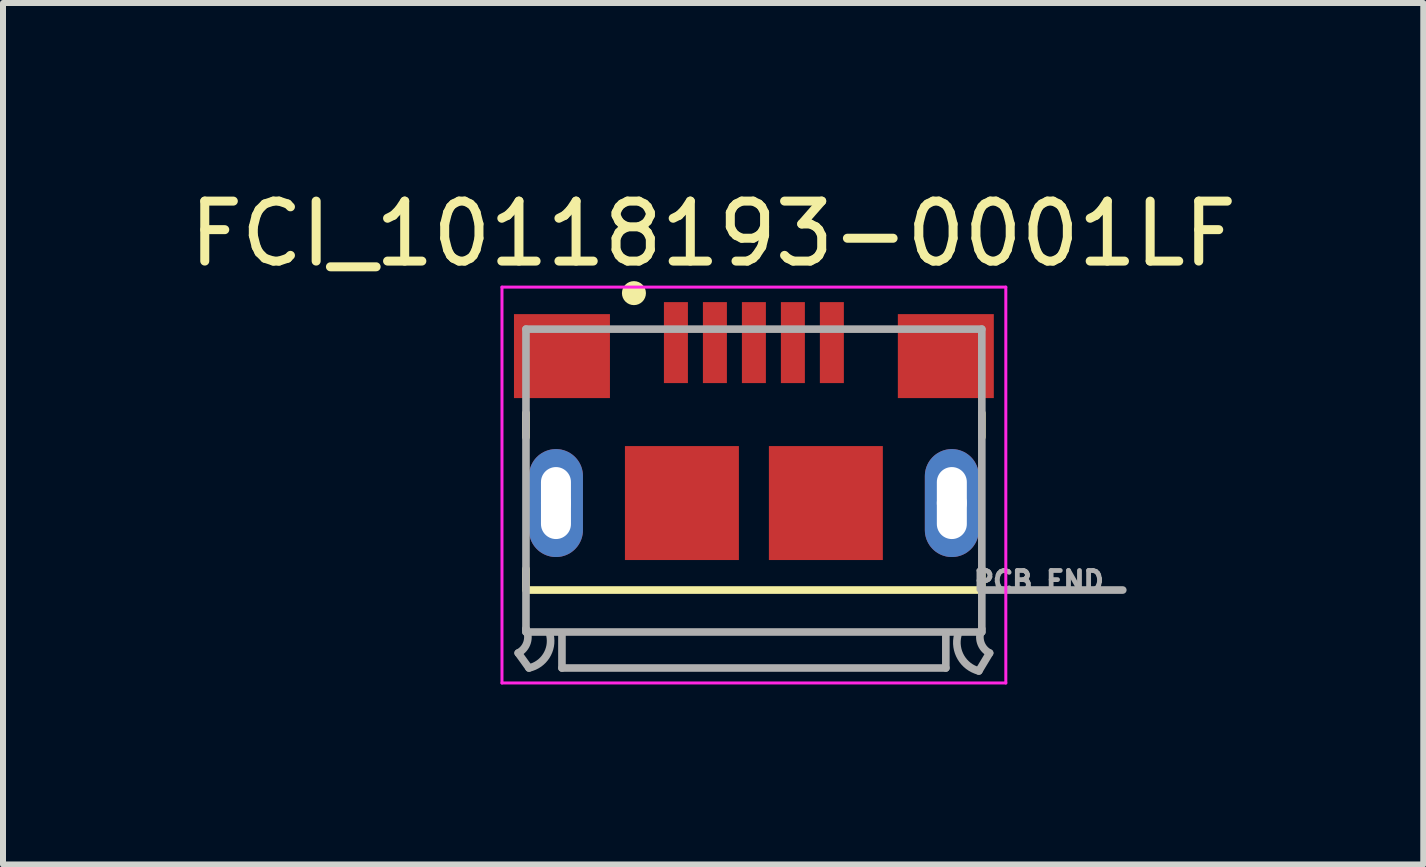
<source format=kicad_pcb>
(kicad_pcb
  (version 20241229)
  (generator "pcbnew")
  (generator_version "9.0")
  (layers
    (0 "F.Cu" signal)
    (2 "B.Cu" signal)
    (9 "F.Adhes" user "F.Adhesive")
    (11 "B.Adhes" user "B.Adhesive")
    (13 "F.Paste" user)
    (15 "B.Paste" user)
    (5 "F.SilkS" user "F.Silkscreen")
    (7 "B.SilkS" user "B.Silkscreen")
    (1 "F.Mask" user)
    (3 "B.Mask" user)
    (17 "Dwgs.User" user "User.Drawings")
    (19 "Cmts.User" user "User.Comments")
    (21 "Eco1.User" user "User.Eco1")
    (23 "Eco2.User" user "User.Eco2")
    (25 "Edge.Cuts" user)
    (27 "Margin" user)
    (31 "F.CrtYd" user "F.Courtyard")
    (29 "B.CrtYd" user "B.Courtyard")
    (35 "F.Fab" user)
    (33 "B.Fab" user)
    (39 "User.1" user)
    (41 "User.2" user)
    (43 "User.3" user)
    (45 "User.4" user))
  (footprint "FCI_10118193-0001LF"
    (layer "F.Cu")
    (at 9.519 5.337)
    (property "Reference" "FCI_10118193-0001LF" (at -0.679 -4.489 0) (layer "F.SilkS") (effects (font (size 1 1) (thickness 0.15))))
    (attr through_hole)
    (fp_line (start -3.8 -1.5) (end -3.8 -1.1) (stroke (width 0.127) (type solid)) (layer "F.SilkS"))
    (fp_line (start -3.8 1.1) (end -3.8 1.4) (stroke (width 0.127) (type solid)) (layer "F.SilkS"))
    (fp_line (start -3.8 1.45) (end 3.8 1.45) (stroke (width 0.127) (type solid)) (layer "F.SilkS"))
    (fp_line (start 3.8 -1.1) (end 3.8 -1.5) (stroke (width 0.127) (type solid)) (layer "F.SilkS"))
    (fp_line (start 3.8 1.1) (end 3.8 1.4) (stroke (width 0.127) (type solid)) (layer "F.SilkS"))
    (fp_circle (center -2 -3.5) (end -1.9 -3.5) (stroke (width 0.2) (type solid)) (fill no) (layer "F.SilkS"))
    (fp_line (start -4.2 -3.6) (end -4.2 3) (stroke (width 0.05) (type solid)) (layer "F.CrtYd"))
    (fp_line (start -4.2 3) (end 4.2 3) (stroke (width 0.05) (type solid)) (layer "F.CrtYd"))
    (fp_line (start 4.2 -3.6) (end -4.2 -3.6) (stroke (width 0.05) (type solid)) (layer "F.CrtYd"))
    (fp_line (start 4.2 3) (end 4.2 -3.6) (stroke (width 0.05) (type solid)) (layer "F.CrtYd"))
    (fp_line (start -3.93 2.5) (end -3.75 2.75) (stroke (width 0.127) (type solid)) (layer "F.Fab"))
    (fp_line (start -3.8 -2.9) (end 3.8 -2.9) (stroke (width 0.127) (type solid)) (layer "F.Fab"))
    (fp_line (start -3.8 2.1) (end -3.8 -2.9) (stroke (width 0.127) (type solid)) (layer "F.Fab"))
    (fp_line (start -3.8 2.15) (end -3.8 2.1) (stroke (width 0.127) (type solid)) (layer "F.Fab"))
    (fp_line (start -3.2 2.2) (end -3.2 2.75) (stroke (width 0.127) (type solid)) (layer "F.Fab"))
    (fp_line (start -3.2 2.75) (end 3.2 2.75) (stroke (width 0.127) (type solid)) (layer "F.Fab"))
    (fp_line (start 3.2 2.75) (end 3.2 2.2) (stroke (width 0.127) (type solid)) (layer "F.Fab"))
    (fp_line (start 3.8 -2.9) (end 3.8 1.45) (stroke (width 0.127) (type solid)) (layer "F.Fab"))
    (fp_line (start 3.8 1.45) (end 3.8 2.15) (stroke (width 0.127) (type solid)) (layer "F.Fab"))
    (fp_line (start 3.8 1.45) (end 6.15 1.45) (stroke (width 0.127) (type solid)) (layer "F.Fab"))
    (fp_line (start 3.8 2.15) (end -3.8 2.15) (stroke (width 0.127) (type solid)) (layer "F.Fab"))
    (fp_line (start 3.93 2.5) (end 3.75 2.8) (stroke (width 0.127) (type solid)) (layer "F.Fab"))
    (fp_arc (start -3.8 2.1) (mid -3.782157 2.326924) (end -3.93 2.5) (stroke (width 0.127) (type solid)) (layer "F.Fab"))
    (fp_arc (start -3.4 2.2) (mid -3.461091 2.547487) (end -3.75 2.75) (stroke (width 0.127) (type solid)) (layer "F.Fab"))
    (fp_arc (start 3.75 2.8) (mid 3.450736 2.572487) (end 3.4 2.2) (stroke (width 0.127) (type solid)) (layer "F.Fab"))
    (fp_arc (start 3.93 2.5) (mid 3.782157 2.326924) (end 3.8 2.1) (stroke (width 0.127) (type solid)) (layer "F.Fab"))
    (fp_text user "PCB END" (at 4.75 1.3 0) (layer "F.Fab") (effects (font (size 0.32 0.32) (thickness 0.15))))
    (pad "" np_thru_hole circle (at -3.3 0) (size 0.5 0.5) (drill 0.5) (layers "*.Cu" "*.Mask"))
    (pad "" np_thru_hole circle (at 3.3 0) (size 0.5 0.5) (drill 0.5) (layers "*.Cu" "*.Mask"))
    (pad "1" smd rect (at -1.3 -2.675) (size 0.4 1.35) (layers "F.Cu" "F.Mask" "F.Paste"))
    (pad "2" smd rect (at -0.65 -2.675) (size 0.4 1.35) (layers "F.Cu" "F.Mask" "F.Paste"))
    (pad "3" smd rect (at 0 -2.675) (size 0.4 1.35) (layers "F.Cu" "F.Mask" "F.Paste"))
    (pad "4" smd rect (at 0.65 -2.675) (size 0.4 1.35) (layers "F.Cu" "F.Mask" "F.Paste"))
    (pad "5" smd rect (at 1.3 -2.675) (size 0.4 1.35) (layers "F.Cu" "F.Mask" "F.Paste"))
    (pad "6" thru_hole oval (at -3.3 0) (size 0.9 1.8) (drill oval 0.5 1.2) (layers "*.Cu" "*.Mask"))
    (pad "6" smd rect (at -3.2 -2.45) (size 1.6 1.4) (layers "F.Cu" "F.Mask" "F.Paste"))
    (pad "6" smd rect (at -1.2 0) (size 1.9 1.9) (layers "F.Cu" "F.Mask" "F.Paste"))
    (pad "6" smd rect (at 1.2 0) (size 1.9 1.9) (layers "F.Cu" "F.Mask" "F.Paste"))
    (pad "6" smd rect (at 3.2 -2.45) (size 1.6 1.4) (layers "F.Cu" "F.Mask" "F.Paste"))
    (pad "6" thru_hole oval (at 3.3 0) (size 0.9 1.8) (drill oval 0.5 1.2) (layers "*.Cu" "*.Mask")))
  (gr_rect
    (start -3 -3)
    (end 20.679 11.362)
    (stroke (width 0.1) (type default))
    (fill no)
    (layer "Edge.Cuts")))
</source>
